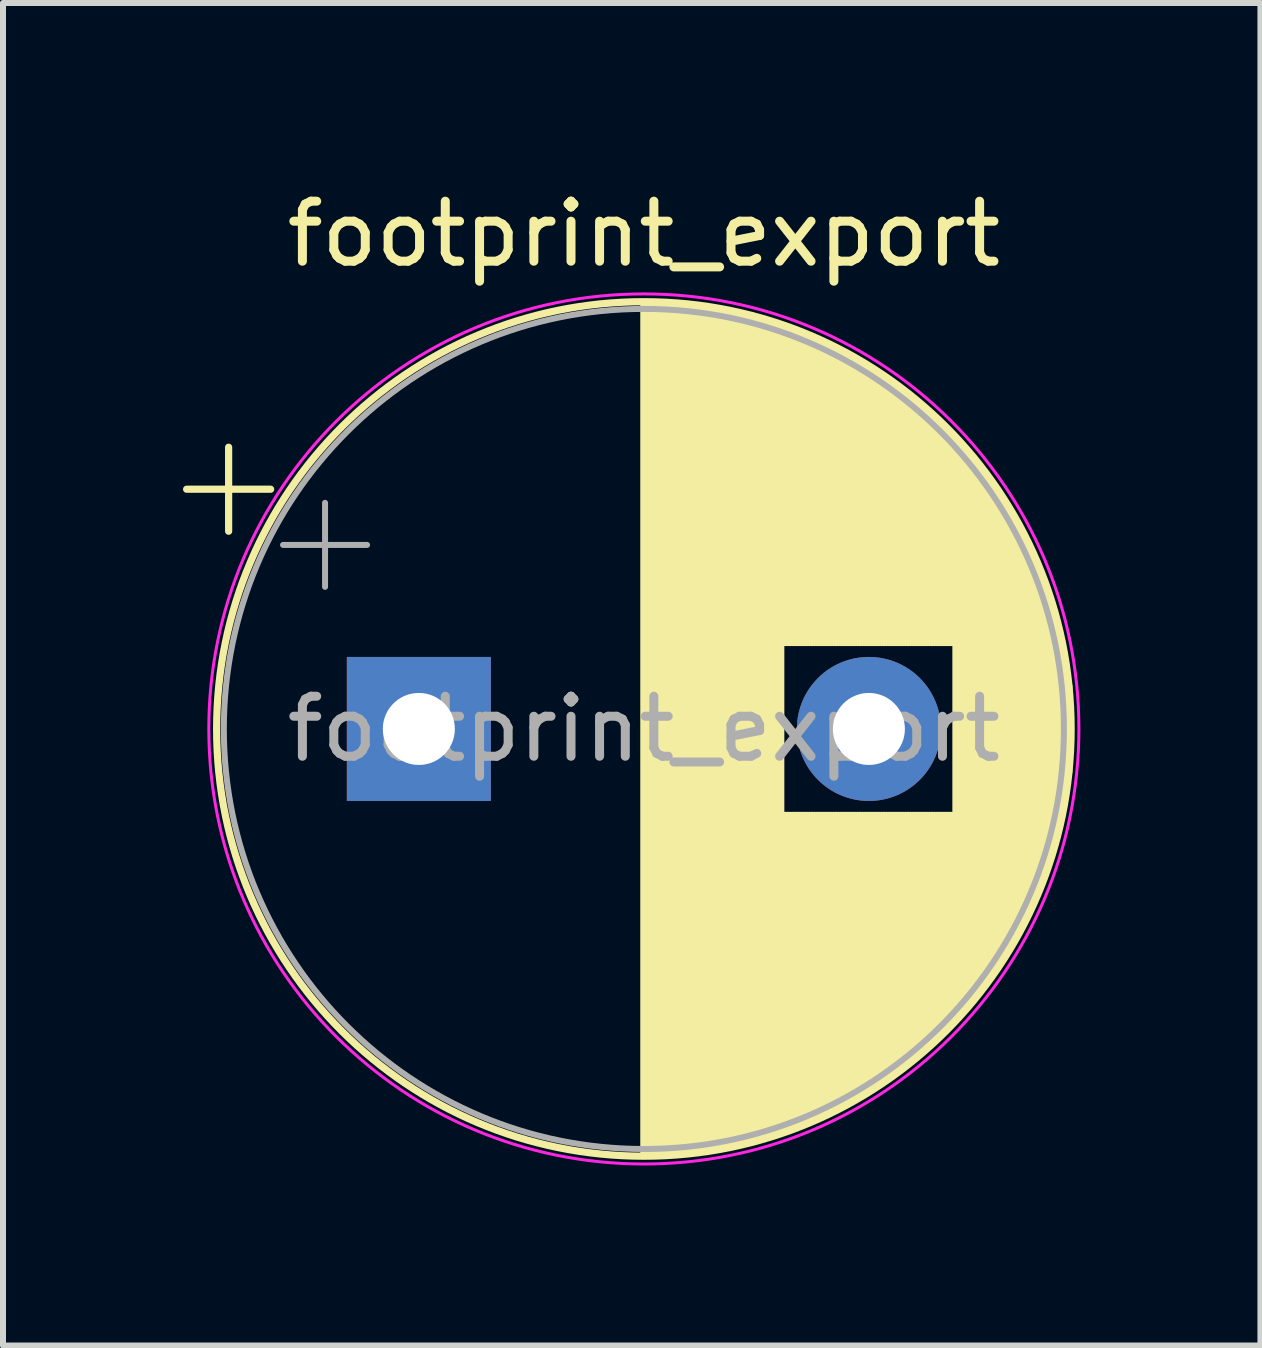
<source format=kicad_pcb>
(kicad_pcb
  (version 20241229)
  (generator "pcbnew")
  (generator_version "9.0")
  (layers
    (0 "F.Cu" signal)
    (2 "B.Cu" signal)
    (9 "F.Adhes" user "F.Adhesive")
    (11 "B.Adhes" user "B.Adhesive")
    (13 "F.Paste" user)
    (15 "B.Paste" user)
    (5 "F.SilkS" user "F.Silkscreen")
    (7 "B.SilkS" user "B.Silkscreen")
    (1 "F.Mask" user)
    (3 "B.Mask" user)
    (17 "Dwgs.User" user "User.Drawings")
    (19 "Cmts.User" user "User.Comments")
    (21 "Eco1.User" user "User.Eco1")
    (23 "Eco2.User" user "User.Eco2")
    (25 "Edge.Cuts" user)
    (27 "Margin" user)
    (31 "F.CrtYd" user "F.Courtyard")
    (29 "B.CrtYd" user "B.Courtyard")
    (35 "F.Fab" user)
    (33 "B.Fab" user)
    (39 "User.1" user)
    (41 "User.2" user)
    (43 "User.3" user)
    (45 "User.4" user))
  (footprint "footprint_export"
    (layer "F.Cu")
    (at 3.93 9.098)
    (property "Reference" "footprint_export" (at 3.75 -8.25 0) (layer "F.SilkS") (effects (font (size 1 1) (thickness 0.15))))
    (attr through_hole)
    (fp_line (start -3.87 -3.995) (end -2.47 -3.995) (stroke (width 0.12) (type solid)) (layer "F.SilkS"))
    (fp_line (start -3.17 -4.695) (end -3.17 -3.295) (stroke (width 0.12) (type solid)) (layer "F.SilkS"))
    (fp_line (start 3.75 -7.08) (end 3.75 7.08) (stroke (width 0.12) (type solid)) (layer "F.SilkS"))
    (fp_line (start 3.79 -7.08) (end 3.79 7.08) (stroke (width 0.12) (type solid)) (layer "F.SilkS"))
    (fp_line (start 3.83 -7.08) (end 3.83 7.08) (stroke (width 0.12) (type solid)) (layer "F.SilkS"))
    (fp_line (start 3.87 -7.079) (end 3.87 7.079) (stroke (width 0.12) (type solid)) (layer "F.SilkS"))
    (fp_line (start 3.91 -7.079) (end 3.91 7.079) (stroke (width 0.12) (type solid)) (layer "F.SilkS"))
    (fp_line (start 3.95 -7.078) (end 3.95 7.078) (stroke (width 0.12) (type solid)) (layer "F.SilkS"))
    (fp_line (start 3.99 -7.076) (end 3.99 7.076) (stroke (width 0.12) (type solid)) (layer "F.SilkS"))
    (fp_line (start 4.03 -7.075) (end 4.03 7.075) (stroke (width 0.12) (type solid)) (layer "F.SilkS"))
    (fp_line (start 4.07 -7.073) (end 4.07 7.073) (stroke (width 0.12) (type solid)) (layer "F.SilkS"))
    (fp_line (start 4.11 -7.071) (end 4.11 7.071) (stroke (width 0.12) (type solid)) (layer "F.SilkS"))
    (fp_line (start 4.15 -7.069) (end 4.15 7.069) (stroke (width 0.12) (type solid)) (layer "F.SilkS"))
    (fp_line (start 4.19 -7.067) (end 4.19 7.067) (stroke (width 0.12) (type solid)) (layer "F.SilkS"))
    (fp_line (start 4.23 -7.064) (end 4.23 7.064) (stroke (width 0.12) (type solid)) (layer "F.SilkS"))
    (fp_line (start 4.27 -7.061) (end 4.27 7.061) (stroke (width 0.12) (type solid)) (layer "F.SilkS"))
    (fp_line (start 4.31 -7.058) (end 4.31 7.058) (stroke (width 0.12) (type solid)) (layer "F.SilkS"))
    (fp_line (start 4.35 -7.055) (end 4.35 7.055) (stroke (width 0.12) (type solid)) (layer "F.SilkS"))
    (fp_line (start 4.39 -7.052) (end 4.39 7.052) (stroke (width 0.12) (type solid)) (layer "F.SilkS"))
    (fp_line (start 4.43 -7.048) (end 4.43 7.048) (stroke (width 0.12) (type solid)) (layer "F.SilkS"))
    (fp_line (start 4.471 -7.044) (end 4.471 7.044) (stroke (width 0.12) (type solid)) (layer "F.SilkS"))
    (fp_line (start 4.511 -7.04) (end 4.511 7.04) (stroke (width 0.12) (type solid)) (layer "F.SilkS"))
    (fp_line (start 4.551 -7.035) (end 4.551 7.035) (stroke (width 0.12) (type solid)) (layer "F.SilkS"))
    (fp_line (start 4.591 -7.031) (end 4.591 7.031) (stroke (width 0.12) (type solid)) (layer "F.SilkS"))
    (fp_line (start 4.631 -7.026) (end 4.631 7.026) (stroke (width 0.12) (type solid)) (layer "F.SilkS"))
    (fp_line (start 4.671 -7.021) (end 4.671 7.021) (stroke (width 0.12) (type solid)) (layer "F.SilkS"))
    (fp_line (start 4.711 -7.015) (end 4.711 7.015) (stroke (width 0.12) (type solid)) (layer "F.SilkS"))
    (fp_line (start 4.751 -7.01) (end 4.751 7.01) (stroke (width 0.12) (type solid)) (layer "F.SilkS"))
    (fp_line (start 4.791 -7.004) (end 4.791 7.004) (stroke (width 0.12) (type solid)) (layer "F.SilkS"))
    (fp_line (start 4.831 -6.998) (end 4.831 6.998) (stroke (width 0.12) (type solid)) (layer "F.SilkS"))
    (fp_line (start 4.871 -6.992) (end 4.871 6.992) (stroke (width 0.12) (type solid)) (layer "F.SilkS"))
    (fp_line (start 4.911 -6.985) (end 4.911 6.985) (stroke (width 0.12) (type solid)) (layer "F.SilkS"))
    (fp_line (start 4.951 -6.979) (end 4.951 6.979) (stroke (width 0.12) (type solid)) (layer "F.SilkS"))
    (fp_line (start 4.991 -6.972) (end 4.991 6.972) (stroke (width 0.12) (type solid)) (layer "F.SilkS"))
    (fp_line (start 5.031 -6.964) (end 5.031 6.964) (stroke (width 0.12) (type solid)) (layer "F.SilkS"))
    (fp_line (start 5.071 -6.957) (end 5.071 6.957) (stroke (width 0.12) (type solid)) (layer "F.SilkS"))
    (fp_line (start 5.111 -6.949) (end 5.111 6.949) (stroke (width 0.12) (type solid)) (layer "F.SilkS"))
    (fp_line (start 5.151 -6.942) (end 5.151 6.942) (stroke (width 0.12) (type solid)) (layer "F.SilkS"))
    (fp_line (start 5.191 -6.933) (end 5.191 6.933) (stroke (width 0.12) (type solid)) (layer "F.SilkS"))
    (fp_line (start 5.231 -6.925) (end 5.231 6.925) (stroke (width 0.12) (type solid)) (layer "F.SilkS"))
    (fp_line (start 5.271 -6.916) (end 5.271 6.916) (stroke (width 0.12) (type solid)) (layer "F.SilkS"))
    (fp_line (start 5.311 -6.907) (end 5.311 6.907) (stroke (width 0.12) (type solid)) (layer "F.SilkS"))
    (fp_line (start 5.351 -6.898) (end 5.351 6.898) (stroke (width 0.12) (type solid)) (layer "F.SilkS"))
    (fp_line (start 5.391 -6.889) (end 5.391 6.889) (stroke (width 0.12) (type solid)) (layer "F.SilkS"))
    (fp_line (start 5.431 -6.879) (end 5.431 6.879) (stroke (width 0.12) (type solid)) (layer "F.SilkS"))
    (fp_line (start 5.471 -6.87) (end 5.471 6.87) (stroke (width 0.12) (type solid)) (layer "F.SilkS"))
    (fp_line (start 5.511 -6.86) (end 5.511 6.86) (stroke (width 0.12) (type solid)) (layer "F.SilkS"))
    (fp_line (start 5.551 -6.849) (end 5.551 6.849) (stroke (width 0.12) (type solid)) (layer "F.SilkS"))
    (fp_line (start 5.591 -6.839) (end 5.591 6.839) (stroke (width 0.12) (type solid)) (layer "F.SilkS"))
    (fp_line (start 5.631 -6.828) (end 5.631 6.828) (stroke (width 0.12) (type solid)) (layer "F.SilkS"))
    (fp_line (start 5.671 -6.817) (end 5.671 6.817) (stroke (width 0.12) (type solid)) (layer "F.SilkS"))
    (fp_line (start 5.711 -6.805) (end 5.711 6.805) (stroke (width 0.12) (type solid)) (layer "F.SilkS"))
    (fp_line (start 5.751 -6.794) (end 5.751 6.794) (stroke (width 0.12) (type solid)) (layer "F.SilkS"))
    (fp_line (start 5.791 -6.782) (end 5.791 6.782) (stroke (width 0.12) (type solid)) (layer "F.SilkS"))
    (fp_line (start 5.831 -6.77) (end 5.831 6.77) (stroke (width 0.12) (type solid)) (layer "F.SilkS"))
    (fp_line (start 5.871 -6.758) (end 5.871 6.758) (stroke (width 0.12) (type solid)) (layer "F.SilkS"))
    (fp_line (start 5.911 -6.745) (end 5.911 6.745) (stroke (width 0.12) (type solid)) (layer "F.SilkS"))
    (fp_line (start 5.951 -6.732) (end 5.951 6.732) (stroke (width 0.12) (type solid)) (layer "F.SilkS"))
    (fp_line (start 5.991 -6.719) (end 5.991 6.719) (stroke (width 0.12) (type solid)) (layer "F.SilkS"))
    (fp_line (start 6.031 -6.706) (end 6.031 6.706) (stroke (width 0.12) (type solid)) (layer "F.SilkS"))
    (fp_line (start 6.071 -6.692) (end 6.071 -1.44) (stroke (width 0.12) (type solid)) (layer "F.SilkS"))
    (fp_line (start 6.071 1.44) (end 6.071 6.692) (stroke (width 0.12) (type solid)) (layer "F.SilkS"))
    (fp_line (start 6.111 -6.678) (end 6.111 -1.44) (stroke (width 0.12) (type solid)) (layer "F.SilkS"))
    (fp_line (start 6.111 1.44) (end 6.111 6.678) (stroke (width 0.12) (type solid)) (layer "F.SilkS"))
    (fp_line (start 6.151 -6.664) (end 6.151 -1.44) (stroke (width 0.12) (type solid)) (layer "F.SilkS"))
    (fp_line (start 6.151 1.44) (end 6.151 6.664) (stroke (width 0.12) (type solid)) (layer "F.SilkS"))
    (fp_line (start 6.191 -6.649) (end 6.191 -1.44) (stroke (width 0.12) (type solid)) (layer "F.SilkS"))
    (fp_line (start 6.191 1.44) (end 6.191 6.649) (stroke (width 0.12) (type solid)) (layer "F.SilkS"))
    (fp_line (start 6.231 -6.635) (end 6.231 -1.44) (stroke (width 0.12) (type solid)) (layer "F.SilkS"))
    (fp_line (start 6.231 1.44) (end 6.231 6.635) (stroke (width 0.12) (type solid)) (layer "F.SilkS"))
    (fp_line (start 6.271 -6.62) (end 6.271 -1.44) (stroke (width 0.12) (type solid)) (layer "F.SilkS"))
    (fp_line (start 6.271 1.44) (end 6.271 6.62) (stroke (width 0.12) (type solid)) (layer "F.SilkS"))
    (fp_line (start 6.311 -6.604) (end 6.311 -1.44) (stroke (width 0.12) (type solid)) (layer "F.SilkS"))
    (fp_line (start 6.311 1.44) (end 6.311 6.604) (stroke (width 0.12) (type solid)) (layer "F.SilkS"))
    (fp_line (start 6.351 -6.589) (end 6.351 -1.44) (stroke (width 0.12) (type solid)) (layer "F.SilkS"))
    (fp_line (start 6.351 1.44) (end 6.351 6.589) (stroke (width 0.12) (type solid)) (layer "F.SilkS"))
    (fp_line (start 6.391 -6.573) (end 6.391 -1.44) (stroke (width 0.12) (type solid)) (layer "F.SilkS"))
    (fp_line (start 6.391 1.44) (end 6.391 6.573) (stroke (width 0.12) (type solid)) (layer "F.SilkS"))
    (fp_line (start 6.431 -6.557) (end 6.431 -1.44) (stroke (width 0.12) (type solid)) (layer "F.SilkS"))
    (fp_line (start 6.431 1.44) (end 6.431 6.557) (stroke (width 0.12) (type solid)) (layer "F.SilkS"))
    (fp_line (start 6.471 -6.54) (end 6.471 -1.44) (stroke (width 0.12) (type solid)) (layer "F.SilkS"))
    (fp_line (start 6.471 1.44) (end 6.471 6.54) (stroke (width 0.12) (type solid)) (layer "F.SilkS"))
    (fp_line (start 6.511 -6.524) (end 6.511 -1.44) (stroke (width 0.12) (type solid)) (layer "F.SilkS"))
    (fp_line (start 6.511 1.44) (end 6.511 6.524) (stroke (width 0.12) (type solid)) (layer "F.SilkS"))
    (fp_line (start 6.551 -6.507) (end 6.551 -1.44) (stroke (width 0.12) (type solid)) (layer "F.SilkS"))
    (fp_line (start 6.551 1.44) (end 6.551 6.507) (stroke (width 0.12) (type solid)) (layer "F.SilkS"))
    (fp_line (start 6.591 -6.49) (end 6.591 -1.44) (stroke (width 0.12) (type solid)) (layer "F.SilkS"))
    (fp_line (start 6.591 1.44) (end 6.591 6.49) (stroke (width 0.12) (type solid)) (layer "F.SilkS"))
    (fp_line (start 6.631 -6.472) (end 6.631 -1.44) (stroke (width 0.12) (type solid)) (layer "F.SilkS"))
    (fp_line (start 6.631 1.44) (end 6.631 6.472) (stroke (width 0.12) (type solid)) (layer "F.SilkS"))
    (fp_line (start 6.671 -6.454) (end 6.671 -1.44) (stroke (width 0.12) (type solid)) (layer "F.SilkS"))
    (fp_line (start 6.671 1.44) (end 6.671 6.454) (stroke (width 0.12) (type solid)) (layer "F.SilkS"))
    (fp_line (start 6.711 -6.436) (end 6.711 -1.44) (stroke (width 0.12) (type solid)) (layer "F.SilkS"))
    (fp_line (start 6.711 1.44) (end 6.711 6.436) (stroke (width 0.12) (type solid)) (layer "F.SilkS"))
    (fp_line (start 6.751 -6.418) (end 6.751 -1.44) (stroke (width 0.12) (type solid)) (layer "F.SilkS"))
    (fp_line (start 6.751 1.44) (end 6.751 6.418) (stroke (width 0.12) (type solid)) (layer "F.SilkS"))
    (fp_line (start 6.791 -6.399) (end 6.791 -1.44) (stroke (width 0.12) (type solid)) (layer "F.SilkS"))
    (fp_line (start 6.791 1.44) (end 6.791 6.399) (stroke (width 0.12) (type solid)) (layer "F.SilkS"))
    (fp_line (start 6.831 -6.38) (end 6.831 -1.44) (stroke (width 0.12) (type solid)) (layer "F.SilkS"))
    (fp_line (start 6.831 1.44) (end 6.831 6.38) (stroke (width 0.12) (type solid)) (layer "F.SilkS"))
    (fp_line (start 6.871 -6.36) (end 6.871 -1.44) (stroke (width 0.12) (type solid)) (layer "F.SilkS"))
    (fp_line (start 6.871 1.44) (end 6.871 6.36) (stroke (width 0.12) (type solid)) (layer "F.SilkS"))
    (fp_line (start 6.911 -6.341) (end 6.911 -1.44) (stroke (width 0.12) (type solid)) (layer "F.SilkS"))
    (fp_line (start 6.911 1.44) (end 6.911 6.341) (stroke (width 0.12) (type solid)) (layer "F.SilkS"))
    (fp_line (start 6.951 -6.321) (end 6.951 -1.44) (stroke (width 0.12) (type solid)) (layer "F.SilkS"))
    (fp_line (start 6.951 1.44) (end 6.951 6.321) (stroke (width 0.12) (type solid)) (layer "F.SilkS"))
    (fp_line (start 6.991 -6.301) (end 6.991 -1.44) (stroke (width 0.12) (type solid)) (layer "F.SilkS"))
    (fp_line (start 6.991 1.44) (end 6.991 6.301) (stroke (width 0.12) (type solid)) (layer "F.SilkS"))
    (fp_line (start 7.031 -6.28) (end 7.031 -1.44) (stroke (width 0.12) (type solid)) (layer "F.SilkS"))
    (fp_line (start 7.031 1.44) (end 7.031 6.28) (stroke (width 0.12) (type solid)) (layer "F.SilkS"))
    (fp_line (start 7.071 -6.259) (end 7.071 -1.44) (stroke (width 0.12) (type solid)) (layer "F.SilkS"))
    (fp_line (start 7.071 1.44) (end 7.071 6.259) (stroke (width 0.12) (type solid)) (layer "F.SilkS"))
    (fp_line (start 7.111 -6.238) (end 7.111 -1.44) (stroke (width 0.12) (type solid)) (layer "F.SilkS"))
    (fp_line (start 7.111 1.44) (end 7.111 6.238) (stroke (width 0.12) (type solid)) (layer "F.SilkS"))
    (fp_line (start 7.151 -6.216) (end 7.151 -1.44) (stroke (width 0.12) (type solid)) (layer "F.SilkS"))
    (fp_line (start 7.151 1.44) (end 7.151 6.216) (stroke (width 0.12) (type solid)) (layer "F.SilkS"))
    (fp_line (start 7.191 -6.194) (end 7.191 -1.44) (stroke (width 0.12) (type solid)) (layer "F.SilkS"))
    (fp_line (start 7.191 1.44) (end 7.191 6.194) (stroke (width 0.12) (type solid)) (layer "F.SilkS"))
    (fp_line (start 7.231 -6.172) (end 7.231 -1.44) (stroke (width 0.12) (type solid)) (layer "F.SilkS"))
    (fp_line (start 7.231 1.44) (end 7.231 6.172) (stroke (width 0.12) (type solid)) (layer "F.SilkS"))
    (fp_line (start 7.271 -6.15) (end 7.271 -1.44) (stroke (width 0.12) (type solid)) (layer "F.SilkS"))
    (fp_line (start 7.271 1.44) (end 7.271 6.15) (stroke (width 0.12) (type solid)) (layer "F.SilkS"))
    (fp_line (start 7.311 -6.127) (end 7.311 -1.44) (stroke (width 0.12) (type solid)) (layer "F.SilkS"))
    (fp_line (start 7.311 1.44) (end 7.311 6.127) (stroke (width 0.12) (type solid)) (layer "F.SilkS"))
    (fp_line (start 7.351 -6.103) (end 7.351 -1.44) (stroke (width 0.12) (type solid)) (layer "F.SilkS"))
    (fp_line (start 7.351 1.44) (end 7.351 6.103) (stroke (width 0.12) (type solid)) (layer "F.SilkS"))
    (fp_line (start 7.391 -6.08) (end 7.391 -1.44) (stroke (width 0.12) (type solid)) (layer "F.SilkS"))
    (fp_line (start 7.391 1.44) (end 7.391 6.08) (stroke (width 0.12) (type solid)) (layer "F.SilkS"))
    (fp_line (start 7.431 -6.056) (end 7.431 -1.44) (stroke (width 0.12) (type solid)) (layer "F.SilkS"))
    (fp_line (start 7.431 1.44) (end 7.431 6.056) (stroke (width 0.12) (type solid)) (layer "F.SilkS"))
    (fp_line (start 7.471 -6.031) (end 7.471 -1.44) (stroke (width 0.12) (type solid)) (layer "F.SilkS"))
    (fp_line (start 7.471 1.44) (end 7.471 6.031) (stroke (width 0.12) (type solid)) (layer "F.SilkS"))
    (fp_line (start 7.511 -6.007) (end 7.511 -1.44) (stroke (width 0.12) (type solid)) (layer "F.SilkS"))
    (fp_line (start 7.511 1.44) (end 7.511 6.007) (stroke (width 0.12) (type solid)) (layer "F.SilkS"))
    (fp_line (start 7.551 -5.982) (end 7.551 -1.44) (stroke (width 0.12) (type solid)) (layer "F.SilkS"))
    (fp_line (start 7.551 1.44) (end 7.551 5.982) (stroke (width 0.12) (type solid)) (layer "F.SilkS"))
    (fp_line (start 7.591 -5.956) (end 7.591 -1.44) (stroke (width 0.12) (type solid)) (layer "F.SilkS"))
    (fp_line (start 7.591 1.44) (end 7.591 5.956) (stroke (width 0.12) (type solid)) (layer "F.SilkS"))
    (fp_line (start 7.631 -5.93) (end 7.631 -1.44) (stroke (width 0.12) (type solid)) (layer "F.SilkS"))
    (fp_line (start 7.631 1.44) (end 7.631 5.93) (stroke (width 0.12) (type solid)) (layer "F.SilkS"))
    (fp_line (start 7.671 -5.904) (end 7.671 -1.44) (stroke (width 0.12) (type solid)) (layer "F.SilkS"))
    (fp_line (start 7.671 1.44) (end 7.671 5.904) (stroke (width 0.12) (type solid)) (layer "F.SilkS"))
    (fp_line (start 7.711 -5.878) (end 7.711 -1.44) (stroke (width 0.12) (type solid)) (layer "F.SilkS"))
    (fp_line (start 7.711 1.44) (end 7.711 5.878) (stroke (width 0.12) (type solid)) (layer "F.SilkS"))
    (fp_line (start 7.751 -5.851) (end 7.751 -1.44) (stroke (width 0.12) (type solid)) (layer "F.SilkS"))
    (fp_line (start 7.751 1.44) (end 7.751 5.851) (stroke (width 0.12) (type solid)) (layer "F.SilkS"))
    (fp_line (start 7.791 -5.823) (end 7.791 -1.44) (stroke (width 0.12) (type solid)) (layer "F.SilkS"))
    (fp_line (start 7.791 1.44) (end 7.791 5.823) (stroke (width 0.12) (type solid)) (layer "F.SilkS"))
    (fp_line (start 7.831 -5.796) (end 7.831 -1.44) (stroke (width 0.12) (type solid)) (layer "F.SilkS"))
    (fp_line (start 7.831 1.44) (end 7.831 5.796) (stroke (width 0.12) (type solid)) (layer "F.SilkS"))
    (fp_line (start 7.871 -5.767) (end 7.871 -1.44) (stroke (width 0.12) (type solid)) (layer "F.SilkS"))
    (fp_line (start 7.871 1.44) (end 7.871 5.767) (stroke (width 0.12) (type solid)) (layer "F.SilkS"))
    (fp_line (start 7.911 -5.739) (end 7.911 -1.44) (stroke (width 0.12) (type solid)) (layer "F.SilkS"))
    (fp_line (start 7.911 1.44) (end 7.911 5.739) (stroke (width 0.12) (type solid)) (layer "F.SilkS"))
    (fp_line (start 7.951 -5.71) (end 7.951 -1.44) (stroke (width 0.12) (type solid)) (layer "F.SilkS"))
    (fp_line (start 7.951 1.44) (end 7.951 5.71) (stroke (width 0.12) (type solid)) (layer "F.SilkS"))
    (fp_line (start 7.991 -5.68) (end 7.991 -1.44) (stroke (width 0.12) (type solid)) (layer "F.SilkS"))
    (fp_line (start 7.991 1.44) (end 7.991 5.68) (stroke (width 0.12) (type solid)) (layer "F.SilkS"))
    (fp_line (start 8.031 -5.65) (end 8.031 -1.44) (stroke (width 0.12) (type solid)) (layer "F.SilkS"))
    (fp_line (start 8.031 1.44) (end 8.031 5.65) (stroke (width 0.12) (type solid)) (layer "F.SilkS"))
    (fp_line (start 8.071 -5.62) (end 8.071 -1.44) (stroke (width 0.12) (type solid)) (layer "F.SilkS"))
    (fp_line (start 8.071 1.44) (end 8.071 5.62) (stroke (width 0.12) (type solid)) (layer "F.SilkS"))
    (fp_line (start 8.111 -5.589) (end 8.111 -1.44) (stroke (width 0.12) (type solid)) (layer "F.SilkS"))
    (fp_line (start 8.111 1.44) (end 8.111 5.589) (stroke (width 0.12) (type solid)) (layer "F.SilkS"))
    (fp_line (start 8.151 -5.558) (end 8.151 -1.44) (stroke (width 0.12) (type solid)) (layer "F.SilkS"))
    (fp_line (start 8.151 1.44) (end 8.151 5.558) (stroke (width 0.12) (type solid)) (layer "F.SilkS"))
    (fp_line (start 8.191 -5.527) (end 8.191 -1.44) (stroke (width 0.12) (type solid)) (layer "F.SilkS"))
    (fp_line (start 8.191 1.44) (end 8.191 5.527) (stroke (width 0.12) (type solid)) (layer "F.SilkS"))
    (fp_line (start 8.231 -5.494) (end 8.231 -1.44) (stroke (width 0.12) (type solid)) (layer "F.SilkS"))
    (fp_line (start 8.231 1.44) (end 8.231 5.494) (stroke (width 0.12) (type solid)) (layer "F.SilkS"))
    (fp_line (start 8.271 -5.462) (end 8.271 -1.44) (stroke (width 0.12) (type solid)) (layer "F.SilkS"))
    (fp_line (start 8.271 1.44) (end 8.271 5.462) (stroke (width 0.12) (type solid)) (layer "F.SilkS"))
    (fp_line (start 8.311 -5.429) (end 8.311 -1.44) (stroke (width 0.12) (type solid)) (layer "F.SilkS"))
    (fp_line (start 8.311 1.44) (end 8.311 5.429) (stroke (width 0.12) (type solid)) (layer "F.SilkS"))
    (fp_line (start 8.351 -5.395) (end 8.351 -1.44) (stroke (width 0.12) (type solid)) (layer "F.SilkS"))
    (fp_line (start 8.351 1.44) (end 8.351 5.395) (stroke (width 0.12) (type solid)) (layer "F.SilkS"))
    (fp_line (start 8.391 -5.361) (end 8.391 -1.44) (stroke (width 0.12) (type solid)) (layer "F.SilkS"))
    (fp_line (start 8.391 1.44) (end 8.391 5.361) (stroke (width 0.12) (type solid)) (layer "F.SilkS"))
    (fp_line (start 8.431 -5.326) (end 8.431 -1.44) (stroke (width 0.12) (type solid)) (layer "F.SilkS"))
    (fp_line (start 8.431 1.44) (end 8.431 5.326) (stroke (width 0.12) (type solid)) (layer "F.SilkS"))
    (fp_line (start 8.471 -5.291) (end 8.471 -1.44) (stroke (width 0.12) (type solid)) (layer "F.SilkS"))
    (fp_line (start 8.471 1.44) (end 8.471 5.291) (stroke (width 0.12) (type solid)) (layer "F.SilkS"))
    (fp_line (start 8.511 -5.255) (end 8.511 -1.44) (stroke (width 0.12) (type solid)) (layer "F.SilkS"))
    (fp_line (start 8.511 1.44) (end 8.511 5.255) (stroke (width 0.12) (type solid)) (layer "F.SilkS"))
    (fp_line (start 8.551 -5.219) (end 8.551 -1.44) (stroke (width 0.12) (type solid)) (layer "F.SilkS"))
    (fp_line (start 8.551 1.44) (end 8.551 5.219) (stroke (width 0.12) (type solid)) (layer "F.SilkS"))
    (fp_line (start 8.591 -5.182) (end 8.591 -1.44) (stroke (width 0.12) (type solid)) (layer "F.SilkS"))
    (fp_line (start 8.591 1.44) (end 8.591 5.182) (stroke (width 0.12) (type solid)) (layer "F.SilkS"))
    (fp_line (start 8.631 -5.145) (end 8.631 -1.44) (stroke (width 0.12) (type solid)) (layer "F.SilkS"))
    (fp_line (start 8.631 1.44) (end 8.631 5.145) (stroke (width 0.12) (type solid)) (layer "F.SilkS"))
    (fp_line (start 8.671 -5.107) (end 8.671 -1.44) (stroke (width 0.12) (type solid)) (layer "F.SilkS"))
    (fp_line (start 8.671 1.44) (end 8.671 5.107) (stroke (width 0.12) (type solid)) (layer "F.SilkS"))
    (fp_line (start 8.711 -5.069) (end 8.711 -1.44) (stroke (width 0.12) (type solid)) (layer "F.SilkS"))
    (fp_line (start 8.711 1.44) (end 8.711 5.069) (stroke (width 0.12) (type solid)) (layer "F.SilkS"))
    (fp_line (start 8.751 -5.029) (end 8.751 -1.44) (stroke (width 0.12) (type solid)) (layer "F.SilkS"))
    (fp_line (start 8.751 1.44) (end 8.751 5.029) (stroke (width 0.12) (type solid)) (layer "F.SilkS"))
    (fp_line (start 8.791 -4.99) (end 8.791 -1.44) (stroke (width 0.12) (type solid)) (layer "F.SilkS"))
    (fp_line (start 8.791 1.44) (end 8.791 4.99) (stroke (width 0.12) (type solid)) (layer "F.SilkS"))
    (fp_line (start 8.831 -4.949) (end 8.831 -1.44) (stroke (width 0.12) (type solid)) (layer "F.SilkS"))
    (fp_line (start 8.831 1.44) (end 8.831 4.949) (stroke (width 0.12) (type solid)) (layer "F.SilkS"))
    (fp_line (start 8.871 -4.908) (end 8.871 -1.44) (stroke (width 0.12) (type solid)) (layer "F.SilkS"))
    (fp_line (start 8.871 1.44) (end 8.871 4.908) (stroke (width 0.12) (type solid)) (layer "F.SilkS"))
    (fp_line (start 8.911 -4.866) (end 8.911 -1.44) (stroke (width 0.12) (type solid)) (layer "F.SilkS"))
    (fp_line (start 8.911 1.44) (end 8.911 4.866) (stroke (width 0.12) (type solid)) (layer "F.SilkS"))
    (fp_line (start 8.951 -4.824) (end 8.951 4.824) (stroke (width 0.12) (type solid)) (layer "F.SilkS"))
    (fp_line (start 8.991 -4.781) (end 8.991 4.781) (stroke (width 0.12) (type solid)) (layer "F.SilkS"))
    (fp_line (start 9.031 -4.737) (end 9.031 4.737) (stroke (width 0.12) (type solid)) (layer "F.SilkS"))
    (fp_line (start 9.071 -4.693) (end 9.071 4.693) (stroke (width 0.12) (type solid)) (layer "F.SilkS"))
    (fp_line (start 9.111 -4.647) (end 9.111 4.647) (stroke (width 0.12) (type solid)) (layer "F.SilkS"))
    (fp_line (start 9.151 -4.601) (end 9.151 4.601) (stroke (width 0.12) (type solid)) (layer "F.SilkS"))
    (fp_line (start 9.191 -4.554) (end 9.191 4.554) (stroke (width 0.12) (type solid)) (layer "F.SilkS"))
    (fp_line (start 9.231 -4.506) (end 9.231 4.506) (stroke (width 0.12) (type solid)) (layer "F.SilkS"))
    (fp_line (start 9.271 -4.458) (end 9.271 4.458) (stroke (width 0.12) (type solid)) (layer "F.SilkS"))
    (fp_line (start 9.311 -4.408) (end 9.311 4.408) (stroke (width 0.12) (type solid)) (layer "F.SilkS"))
    (fp_line (start 9.351 -4.358) (end 9.351 4.358) (stroke (width 0.12) (type solid)) (layer "F.SilkS"))
    (fp_line (start 9.391 -4.306) (end 9.391 4.306) (stroke (width 0.12) (type solid)) (layer "F.SilkS"))
    (fp_line (start 9.431 -4.254) (end 9.431 4.254) (stroke (width 0.12) (type solid)) (layer "F.SilkS"))
    (fp_line (start 9.471 -4.2) (end 9.471 4.2) (stroke (width 0.12) (type solid)) (layer "F.SilkS"))
    (fp_line (start 9.511 -4.146) (end 9.511 4.146) (stroke (width 0.12) (type solid)) (layer "F.SilkS"))
    (fp_line (start 9.551 -4.09) (end 9.551 4.09) (stroke (width 0.12) (type solid)) (layer "F.SilkS"))
    (fp_line (start 9.591 -4.033) (end 9.591 4.033) (stroke (width 0.12) (type solid)) (layer "F.SilkS"))
    (fp_line (start 9.631 -3.975) (end 9.631 3.975) (stroke (width 0.12) (type solid)) (layer "F.SilkS"))
    (fp_line (start 9.671 -3.916) (end 9.671 3.916) (stroke (width 0.12) (type solid)) (layer "F.SilkS"))
    (fp_line (start 9.711 -3.856) (end 9.711 3.856) (stroke (width 0.12) (type solid)) (layer "F.SilkS"))
    (fp_line (start 9.751 -3.794) (end 9.751 3.794) (stroke (width 0.12) (type solid)) (layer "F.SilkS"))
    (fp_line (start 9.791 -3.73) (end 9.791 3.73) (stroke (width 0.12) (type solid)) (layer "F.SilkS"))
    (fp_line (start 9.831 -3.666) (end 9.831 3.666) (stroke (width 0.12) (type solid)) (layer "F.SilkS"))
    (fp_line (start 9.871 -3.599) (end 9.871 3.599) (stroke (width 0.12) (type solid)) (layer "F.SilkS"))
    (fp_line (start 9.911 -3.531) (end 9.911 3.531) (stroke (width 0.12) (type solid)) (layer "F.SilkS"))
    (fp_line (start 9.951 -3.461) (end 9.951 3.461) (stroke (width 0.12) (type solid)) (layer "F.SilkS"))
    (fp_line (start 9.991 -3.389) (end 9.991 3.389) (stroke (width 0.12) (type solid)) (layer "F.SilkS"))
    (fp_line (start 10.031 -3.315) (end 10.031 3.315) (stroke (width 0.12) (type solid)) (layer "F.SilkS"))
    (fp_line (start 10.071 -3.24) (end 10.071 3.24) (stroke (width 0.12) (type solid)) (layer "F.SilkS"))
    (fp_line (start 10.111 -3.161) (end 10.111 3.161) (stroke (width 0.12) (type solid)) (layer "F.SilkS"))
    (fp_line (start 10.151 -3.08) (end 10.151 3.08) (stroke (width 0.12) (type solid)) (layer "F.SilkS"))
    (fp_line (start 10.191 -2.997) (end 10.191 2.997) (stroke (width 0.12) (type solid)) (layer "F.SilkS"))
    (fp_line (start 10.231 -2.911) (end 10.231 2.911) (stroke (width 0.12) (type solid)) (layer "F.SilkS"))
    (fp_line (start 10.271 -2.821) (end 10.271 2.821) (stroke (width 0.12) (type solid)) (layer "F.SilkS"))
    (fp_line (start 10.311 -2.728) (end 10.311 2.728) (stroke (width 0.12) (type solid)) (layer "F.SilkS"))
    (fp_line (start 10.351 -2.632) (end 10.351 2.632) (stroke (width 0.12) (type solid)) (layer "F.SilkS"))
    (fp_line (start 10.391 -2.53) (end 10.391 2.53) (stroke (width 0.12) (type solid)) (layer "F.SilkS"))
    (fp_line (start 10.431 -2.425) (end 10.431 2.425) (stroke (width 0.12) (type solid)) (layer "F.SilkS"))
    (fp_line (start 10.471 -2.313) (end 10.471 2.313) (stroke (width 0.12) (type solid)) (layer "F.SilkS"))
    (fp_line (start 10.511 -2.196) (end 10.511 2.196) (stroke (width 0.12) (type solid)) (layer "F.SilkS"))
    (fp_line (start 10.551 -2.071) (end 10.551 2.071) (stroke (width 0.12) (type solid)) (layer "F.SilkS"))
    (fp_line (start 10.591 -1.938) (end 10.591 1.938) (stroke (width 0.12) (type solid)) (layer "F.SilkS"))
    (fp_line (start 10.631 -1.794) (end 10.631 1.794) (stroke (width 0.12) (type solid)) (layer "F.SilkS"))
    (fp_line (start 10.671 -1.636) (end 10.671 1.636) (stroke (width 0.12) (type solid)) (layer "F.SilkS"))
    (fp_line (start 10.711 -1.461) (end 10.711 1.461) (stroke (width 0.12) (type solid)) (layer "F.SilkS"))
    (fp_line (start 10.751 -1.262) (end 10.751 1.262) (stroke (width 0.12) (type solid)) (layer "F.SilkS"))
    (fp_line (start 10.791 -1.025) (end 10.791 1.025) (stroke (width 0.12) (type solid)) (layer "F.SilkS"))
    (fp_line (start 10.831 -0.714) (end 10.831 0.714) (stroke (width 0.12) (type solid)) (layer "F.SilkS"))
    (fp_circle (center 3.75 0) (end 10.87 0) (stroke (width 0.12) (type solid)) (fill no) (layer "F.SilkS"))
    (fp_circle (center 3.75 0) (end 11 0) (stroke (width 0.05) (type solid)) (fill no) (layer "F.CrtYd"))
    (fp_line (start -2.263 -3.067) (end -0.863 -3.067) (stroke (width 0.1) (type solid)) (layer "F.Fab"))
    (fp_line (start -1.563 -3.768) (end -1.563 -2.368) (stroke (width 0.1) (type solid)) (layer "F.Fab"))
    (fp_circle (center 3.75 0) (end 10.75 0) (stroke (width 0.1) (type solid)) (fill no) (layer "F.Fab"))
    (fp_text user "${REFERENCE}" (at 3.75 0 0) (layer "F.Fab") (effects (font (size 1 1) (thickness 0.15))))
    (pad "1" thru_hole rect (at 0 0) (size 2.4 2.4) (drill 1.2) (layers "*.Cu" "*.Mask"))
    (pad "2" thru_hole circle (at 7.5 0) (size 2.4 2.4) (drill 1.2) (layers "*.Cu" "*.Mask")))
  (gr_rect
    (start -3 -3)
    (end 17.955 19.373)
    (stroke (width 0.1) (type default))
    (fill no)
    (layer "Edge.Cuts")))
</source>
